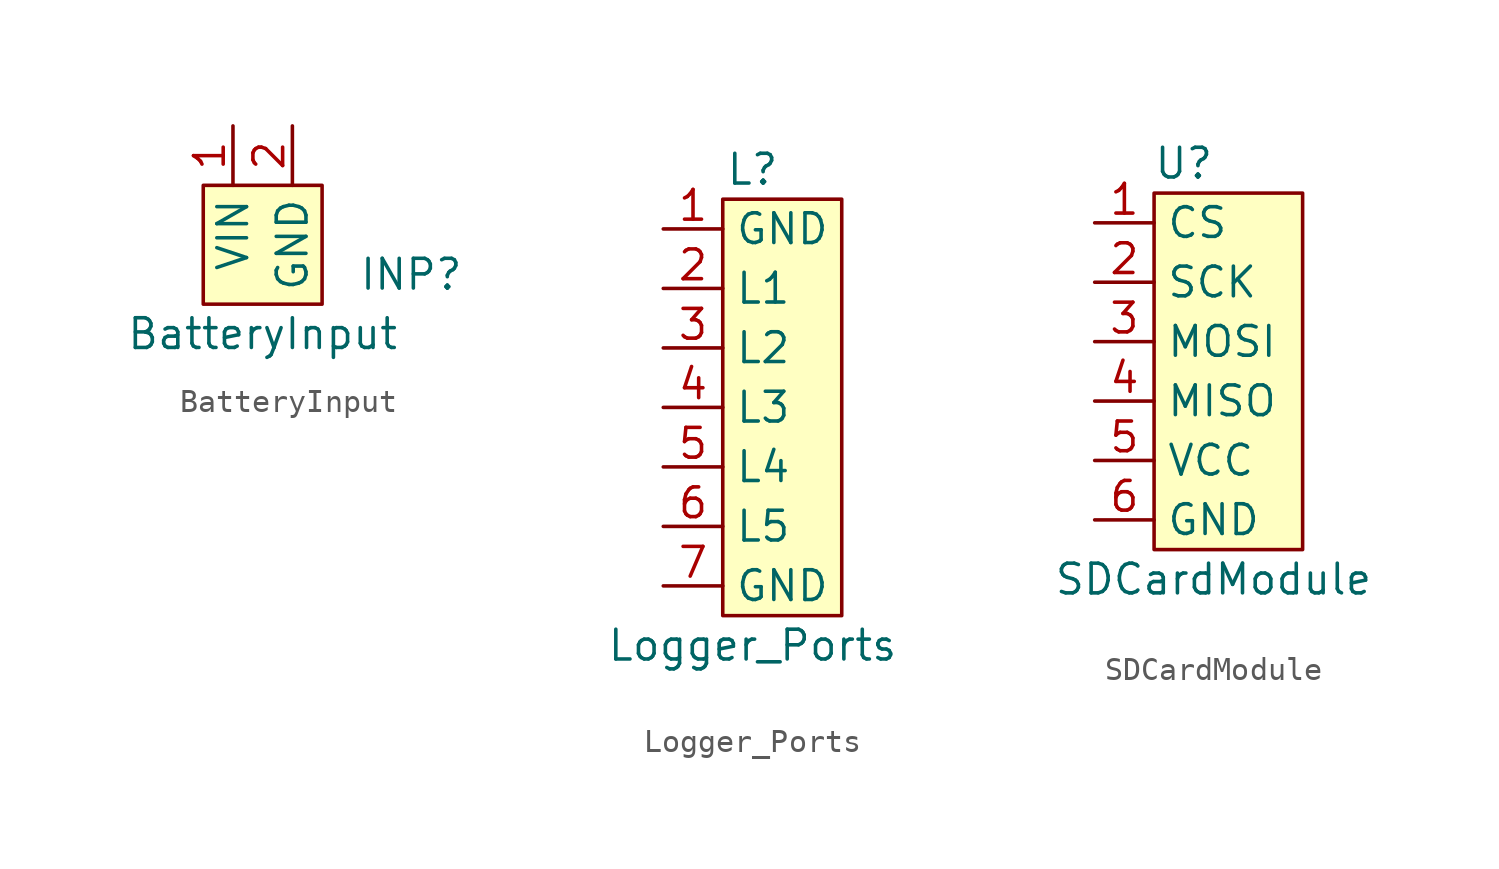
<source format=kicad_sym>
(kicad_symbol_lib
  (version 20211014)
  (generator kicad_symbol_editor)
  (symbol "BatteryInput"
    (property "Reference" "INP"
      (at 6.35 0 0)
      (effects (font (size 1.27 1.27))))
    (property "Value" "BatteryInput"
      (at 0 -2.54 0)
      (effects (font (size 1.27 1.27))))
    (symbol "BatteryInput_0_1"
      (rectangle (start -2.54 3.81) (end 2.54 -1.27) (stroke (width 0) (type default) (color 0 0 0 0)) (fill (type background))))
    (symbol "BatteryInput_1_1"
      (pin power_in line (at -1.27 6.35 270) (length 2.54) (name "VIN" (effects (font (size 1.27 1.27)))) (number "1" (effects (font (size 1.27 1.27)))))
      (pin passive line (at 1.27 6.35 270) (length 2.54) (name "GND" (effects (font (size 1.27 1.27)))) (number "2" (effects (font (size 1.27 1.27)))))))
  (symbol "Logger_Ports"
    (property "Reference" "L"
      (at -1.27 10.16 0)
      (effects (font (size 1.27 1.27))))
    (property "Value" "Logger_Ports"
      (at -1.27 -10.16 0)
      (effects (font (size 1.27 1.27))))
    (symbol "Logger_Ports_0_1"
      (rectangle (start -2.54 8.89) (end 2.54 -8.89) (stroke (width 0) (type default) (color 0 0 0 0)) (fill (type background))))
    (symbol "Logger_Ports_1_1"
      (pin passive line (at -5.08 7.62 0) (length 2.54) (name "GND" (effects (font (size 1.27 1.27)))) (number "1" (effects (font (size 1.27 1.27)))))
      (pin passive line (at -5.08 5.08 0) (length 2.54) (name "L1" (effects (font (size 1.27 1.27)))) (number "2" (effects (font (size 1.27 1.27)))))
      (pin passive line (at -5.08 2.54 0) (length 2.54) (name "L2" (effects (font (size 1.27 1.27)))) (number "3" (effects (font (size 1.27 1.27)))))
      (pin passive line (at -5.08 0 0) (length 2.54) (name "L3" (effects (font (size 1.27 1.27)))) (number "4" (effects (font (size 1.27 1.27)))))
      (pin passive line (at -5.08 -2.54 0) (length 2.54) (name "L4" (effects (font (size 1.27 1.27)))) (number "5" (effects (font (size 1.27 1.27)))))
      (pin passive line (at -5.08 -5.08 0) (length 2.54) (name "L5" (effects (font (size 1.27 1.27)))) (number "6" (effects (font (size 1.27 1.27)))))
      (pin passive line (at -5.08 -7.62 0) (length 2.54) (name "GND" (effects (font (size 1.27 1.27)))) (number "7" (effects (font (size 1.27 1.27)))))))
  (symbol "SDCardModule"
    (property "Reference" "U"
      (at -1.27 7.62 0)
      (effects (font (size 1.27 1.27))))
    (property "Value" "SDCardModule"
      (at 0 -10.16 0)
      (effects (font (size 1.27 1.27))))
    (symbol "SDCardModule_0_1"
      (rectangle (start -2.54 6.35) (end 3.81 -8.89) (stroke (width 0) (type default) (color 0 0 0 0)) (fill (type background))))
    (symbol "SDCardModule_1_1"
      (pin passive line (at -5.08 5.08 0) (length 2.54) (name "CS" (effects (font (size 1.27 1.27)))) (number "1" (effects (font (size 1.27 1.27)))))
      (pin passive line (at -5.08 2.54 0) (length 2.54) (name "SCK" (effects (font (size 1.27 1.27)))) (number "2" (effects (font (size 1.27 1.27)))))
      (pin passive line (at -5.08 0 0) (length 2.54) (name "MOSI" (effects (font (size 1.27 1.27)))) (number "3" (effects (font (size 1.27 1.27)))))
      (pin passive line (at -5.08 -2.54 0) (length 2.54) (name "MISO" (effects (font (size 1.27 1.27)))) (number "4" (effects (font (size 1.27 1.27)))))
      (pin passive line (at -5.08 -5.08 0) (length 2.54) (name "VCC" (effects (font (size 1.27 1.27)))) (number "5" (effects (font (size 1.27 1.27)))))
      (pin passive line (at -5.08 -7.62 0) (length 2.54) (name "GND" (effects (font (size 1.27 1.27)))) (number "6" (effects (font (size 1.27 1.27))))))))
</source>
